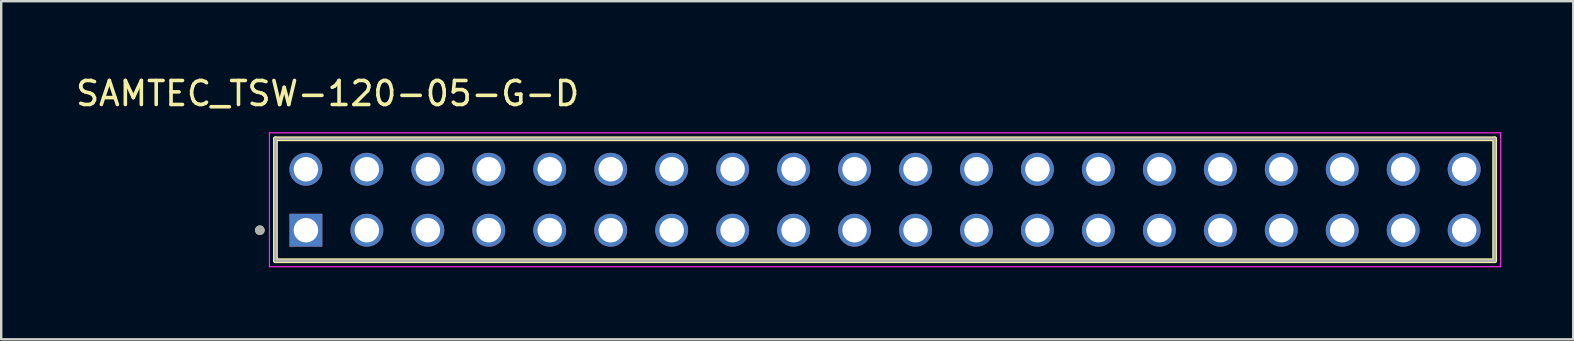
<source format=kicad_pcb>
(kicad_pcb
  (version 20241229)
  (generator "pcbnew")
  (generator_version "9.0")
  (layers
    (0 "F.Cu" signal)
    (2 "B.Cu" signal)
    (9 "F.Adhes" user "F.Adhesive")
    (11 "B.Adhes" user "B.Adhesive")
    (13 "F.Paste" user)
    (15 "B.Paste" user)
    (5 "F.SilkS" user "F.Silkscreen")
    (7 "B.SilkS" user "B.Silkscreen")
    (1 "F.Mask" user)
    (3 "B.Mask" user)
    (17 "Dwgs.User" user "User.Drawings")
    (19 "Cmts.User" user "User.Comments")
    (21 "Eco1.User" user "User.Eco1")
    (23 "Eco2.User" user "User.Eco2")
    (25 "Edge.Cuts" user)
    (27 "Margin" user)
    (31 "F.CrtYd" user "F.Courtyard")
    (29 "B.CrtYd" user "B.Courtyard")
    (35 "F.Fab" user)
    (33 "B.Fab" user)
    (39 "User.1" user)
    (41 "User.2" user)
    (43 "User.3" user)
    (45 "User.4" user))
  (footprint "SAMTEC_TSW-120-05-G-D"
    (layer "F.Cu")
    (at 9.696 6.543)
    (property "Reference" "SAMTEC_TSW-120-05-G-D" (at 0.905 -5.695 0) (layer "F.SilkS") (effects (font (size 1 1) (thickness 0.15))))
    (attr through_hole)
    (fp_line (start -1.27 1.27) (end -1.27 -3.81) (stroke (width 0.2) (type solid)) (layer "F.SilkS"))
    (fp_line (start 49.53 -3.81) (end -1.27 -3.81) (stroke (width 0.2) (type solid)) (layer "F.SilkS"))
    (fp_line (start 49.53 -3.81) (end 49.53 1.27) (stroke (width 0.2) (type solid)) (layer "F.SilkS"))
    (fp_line (start 49.53 1.27) (end -1.27 1.27) (stroke (width 0.2) (type solid)) (layer "F.SilkS"))
    (fp_circle (center -1.92 0) (end -1.82 0) (stroke (width 0.2) (type solid)) (fill no) (layer "F.SilkS"))
    (fp_line (start -1.52 -4.06) (end 49.78 -4.06) (stroke (width 0.05) (type solid)) (layer "F.CrtYd"))
    (fp_line (start -1.52 1.52) (end -1.52 -4.06) (stroke (width 0.05) (type solid)) (layer "F.CrtYd"))
    (fp_line (start 49.78 -4.06) (end 49.78 1.52) (stroke (width 0.05) (type solid)) (layer "F.CrtYd"))
    (fp_line (start 49.78 1.52) (end -1.52 1.52) (stroke (width 0.05) (type solid)) (layer "F.CrtYd"))
    (fp_line (start -1.27 -3.81) (end 49.53 -3.81) (stroke (width 0.1) (type solid)) (layer "F.Fab"))
    (fp_line (start -1.27 1.27) (end -1.27 -3.81) (stroke (width 0.1) (type solid)) (layer "F.Fab"))
    (fp_line (start 49.53 -3.81) (end 49.53 1.27) (stroke (width 0.1) (type solid)) (layer "F.Fab"))
    (fp_line (start 49.53 1.27) (end -1.27 1.27) (stroke (width 0.1) (type solid)) (layer "F.Fab"))
    (fp_circle (center -1.92 0) (end -1.82 0) (stroke (width 0.2) (type solid)) (fill no) (layer "F.Fab"))
    (pad "01" thru_hole rect (at 0 0) (size 1.37 1.37) (drill 1.02) (layers "*.Cu" "*.Mask"))
    (pad "02" thru_hole circle (at 0 -2.54) (size 1.37 1.37) (drill 1.02) (layers "*.Cu" "*.Mask"))
    (pad "03" thru_hole circle (at 2.54 0) (size 1.37 1.37) (drill 1.02) (layers "*.Cu" "*.Mask"))
    (pad "04" thru_hole circle (at 2.54 -2.54) (size 1.37 1.37) (drill 1.02) (layers "*.Cu" "*.Mask"))
    (pad "05" thru_hole circle (at 5.08 0) (size 1.37 1.37) (drill 1.02) (layers "*.Cu" "*.Mask"))
    (pad "06" thru_hole circle (at 5.08 -2.54) (size 1.37 1.37) (drill 1.02) (layers "*.Cu" "*.Mask"))
    (pad "07" thru_hole circle (at 7.62 0) (size 1.37 1.37) (drill 1.02) (layers "*.Cu" "*.Mask"))
    (pad "08" thru_hole circle (at 7.62 -2.54) (size 1.37 1.37) (drill 1.02) (layers "*.Cu" "*.Mask"))
    (pad "09" thru_hole circle (at 10.16 0) (size 1.37 1.37) (drill 1.02) (layers "*.Cu" "*.Mask"))
    (pad "10" thru_hole circle (at 10.16 -2.54) (size 1.37 1.37) (drill 1.02) (layers "*.Cu" "*.Mask"))
    (pad "11" thru_hole circle (at 12.7 0) (size 1.37 1.37) (drill 1.02) (layers "*.Cu" "*.Mask"))
    (pad "12" thru_hole circle (at 12.7 -2.54) (size 1.37 1.37) (drill 1.02) (layers "*.Cu" "*.Mask"))
    (pad "13" thru_hole circle (at 15.24 0) (size 1.37 1.37) (drill 1.02) (layers "*.Cu" "*.Mask"))
    (pad "14" thru_hole circle (at 15.24 -2.54) (size 1.37 1.37) (drill 1.02) (layers "*.Cu" "*.Mask"))
    (pad "15" thru_hole circle (at 17.78 0) (size 1.37 1.37) (drill 1.02) (layers "*.Cu" "*.Mask"))
    (pad "16" thru_hole circle (at 17.78 -2.54) (size 1.37 1.37) (drill 1.02) (layers "*.Cu" "*.Mask"))
    (pad "17" thru_hole circle (at 20.32 0) (size 1.37 1.37) (drill 1.02) (layers "*.Cu" "*.Mask"))
    (pad "18" thru_hole circle (at 20.32 -2.54) (size 1.37 1.37) (drill 1.02) (layers "*.Cu" "*.Mask"))
    (pad "19" thru_hole circle (at 22.86 0) (size 1.37 1.37) (drill 1.02) (layers "*.Cu" "*.Mask"))
    (pad "20" thru_hole circle (at 22.86 -2.54) (size 1.37 1.37) (drill 1.02) (layers "*.Cu" "*.Mask"))
    (pad "21" thru_hole circle (at 25.4 0) (size 1.37 1.37) (drill 1.02) (layers "*.Cu" "*.Mask"))
    (pad "22" thru_hole circle (at 25.4 -2.54) (size 1.37 1.37) (drill 1.02) (layers "*.Cu" "*.Mask"))
    (pad "23" thru_hole circle (at 27.94 0) (size 1.37 1.37) (drill 1.02) (layers "*.Cu" "*.Mask"))
    (pad "24" thru_hole circle (at 27.94 -2.54) (size 1.37 1.37) (drill 1.02) (layers "*.Cu" "*.Mask"))
    (pad "25" thru_hole circle (at 30.48 0) (size 1.37 1.37) (drill 1.02) (layers "*.Cu" "*.Mask"))
    (pad "26" thru_hole circle (at 30.48 -2.54) (size 1.37 1.37) (drill 1.02) (layers "*.Cu" "*.Mask"))
    (pad "27" thru_hole circle (at 33.02 0) (size 1.37 1.37) (drill 1.02) (layers "*.Cu" "*.Mask"))
    (pad "28" thru_hole circle (at 33.02 -2.54) (size 1.37 1.37) (drill 1.02) (layers "*.Cu" "*.Mask"))
    (pad "29" thru_hole circle (at 35.56 0) (size 1.37 1.37) (drill 1.02) (layers "*.Cu" "*.Mask"))
    (pad "30" thru_hole circle (at 35.56 -2.54) (size 1.37 1.37) (drill 1.02) (layers "*.Cu" "*.Mask"))
    (pad "31" thru_hole circle (at 38.1 0) (size 1.37 1.37) (drill 1.02) (layers "*.Cu" "*.Mask"))
    (pad "32" thru_hole circle (at 38.1 -2.54) (size 1.37 1.37) (drill 1.02) (layers "*.Cu" "*.Mask"))
    (pad "33" thru_hole circle (at 40.64 0) (size 1.37 1.37) (drill 1.02) (layers "*.Cu" "*.Mask"))
    (pad "34" thru_hole circle (at 40.64 -2.54) (size 1.37 1.37) (drill 1.02) (layers "*.Cu" "*.Mask"))
    (pad "35" thru_hole circle (at 43.18 0) (size 1.37 1.37) (drill 1.02) (layers "*.Cu" "*.Mask"))
    (pad "36" thru_hole circle (at 43.18 -2.54) (size 1.37 1.37) (drill 1.02) (layers "*.Cu" "*.Mask"))
    (pad "37" thru_hole circle (at 45.72 0) (size 1.37 1.37) (drill 1.02) (layers "*.Cu" "*.Mask"))
    (pad "38" thru_hole circle (at 45.72 -2.54) (size 1.37 1.37) (drill 1.02) (layers "*.Cu" "*.Mask"))
    (pad "39" thru_hole circle (at 48.26 0) (size 1.37 1.37) (drill 1.02) (layers "*.Cu" "*.Mask"))
    (pad "40" thru_hole circle (at 48.26 -2.54) (size 1.37 1.37) (drill 1.02) (layers "*.Cu" "*.Mask")))
  (gr_rect
    (start -3 -3)
    (end 62.501 11.088)
    (stroke (width 0.1) (type default))
    (fill no)
    (layer "Edge.Cuts")))
</source>
